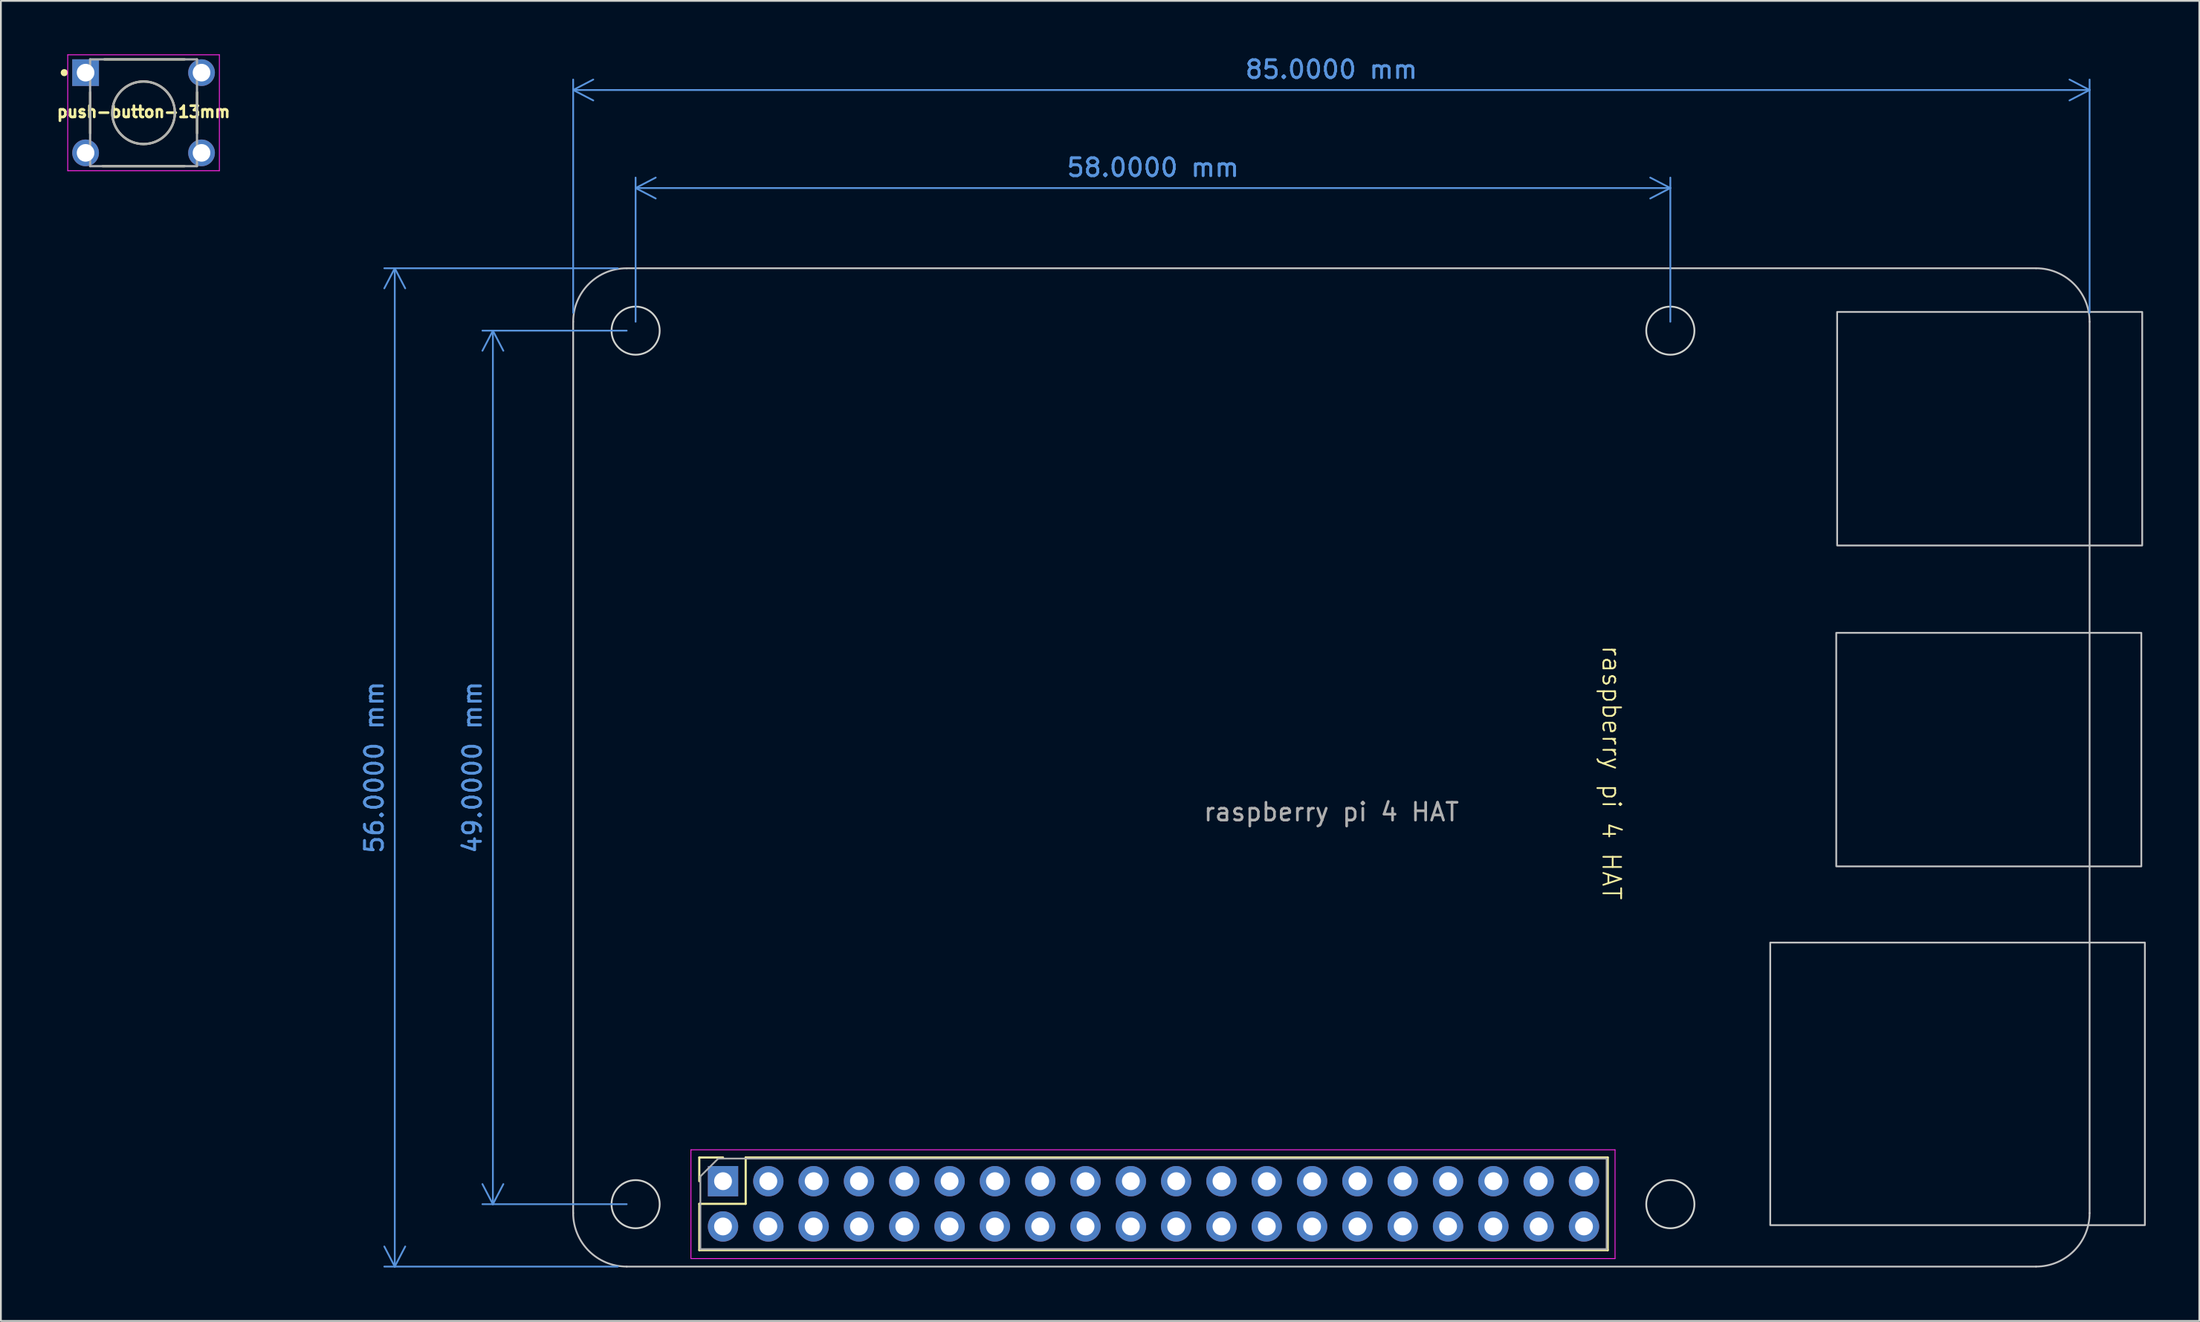
<source format=kicad_pcb>
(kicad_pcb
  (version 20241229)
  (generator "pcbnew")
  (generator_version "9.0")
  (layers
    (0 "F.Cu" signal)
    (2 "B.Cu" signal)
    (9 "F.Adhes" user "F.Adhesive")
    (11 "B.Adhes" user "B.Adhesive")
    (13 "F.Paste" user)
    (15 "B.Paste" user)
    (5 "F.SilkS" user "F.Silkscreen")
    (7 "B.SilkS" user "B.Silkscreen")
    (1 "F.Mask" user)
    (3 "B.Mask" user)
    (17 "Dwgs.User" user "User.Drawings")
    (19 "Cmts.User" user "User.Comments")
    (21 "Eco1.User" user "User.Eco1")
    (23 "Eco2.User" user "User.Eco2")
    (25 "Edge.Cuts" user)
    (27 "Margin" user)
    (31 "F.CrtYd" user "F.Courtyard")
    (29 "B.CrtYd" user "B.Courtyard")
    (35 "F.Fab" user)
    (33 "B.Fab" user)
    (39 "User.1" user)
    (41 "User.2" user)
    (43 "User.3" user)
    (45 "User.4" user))
  (footprint "raspberry pi 4 HAT"
    (layer "F.Cu")
    (at 71.578 39.998)
    (property "Reference" "raspberry pi 4 HAT" (at 15.7 0.3 270) (unlocked yes) (layer "F.SilkS") (effects (font (size 1 1) (thickness 0.1))))
    (attr through_hole)
    (fp_line (start -35.43 21.88) (end -34.1 21.88) (stroke (width 0.12) (type solid)) (layer "F.SilkS"))
    (fp_line (start -35.43 23.21) (end -35.43 21.88) (stroke (width 0.12) (type solid)) (layer "F.SilkS"))
    (fp_line (start -35.43 24.48) (end -32.83 24.48) (stroke (width 0.12) (type solid)) (layer "F.SilkS"))
    (fp_line (start -35.43 27.08) (end -35.43 24.48) (stroke (width 0.12) (type solid)) (layer "F.SilkS"))
    (fp_line (start -35.43 27.08) (end 15.49 27.08) (stroke (width 0.12) (type solid)) (layer "F.SilkS"))
    (fp_line (start -32.83 21.88) (end 15.49 21.88) (stroke (width 0.12) (type solid)) (layer "F.SilkS"))
    (fp_line (start -32.83 24.48) (end -32.83 21.88) (stroke (width 0.12) (type solid)) (layer "F.SilkS"))
    (fp_line (start 15.49 27.08) (end 15.49 21.88) (stroke (width 0.12) (type solid)) (layer "F.SilkS"))
    (fp_line (start -42.5 -25) (end -42.5 25) (stroke (width 0.1) (type default)) (layer "Dwgs.User"))
    (fp_line (start -39.5 -28) (end 39.5 -28) (stroke (width 0.1) (type default)) (layer "Dwgs.User"))
    (fp_line (start -39.5 28) (end 39.5 28) (stroke (width 0.1) (type default)) (layer "Dwgs.User"))
    (fp_line (start 42.5 -25) (end 42.5 25) (stroke (width 0.1) (type default)) (layer "Dwgs.User"))
    (fp_rect (start 24.6 25.675) (end 45.6 9.825) (stroke (width 0.1) (type default)) (fill no) (layer "Dwgs.User"))
    (fp_rect (start 28.3 5.55) (end 45.4 -7.55) (stroke (width 0.1) (type default)) (fill no) (layer "Dwgs.User"))
    (fp_rect (start 28.35 -12.45) (end 45.45 -25.55) (stroke (width 0.1) (type default)) (fill no) (layer "Dwgs.User"))
    (fp_arc (start -42.5 -25) (mid -41.62132 -27.12132) (end -39.5 -28) (stroke (width 0.1) (type default)) (layer "Dwgs.User"))
    (fp_arc (start -39.5 28) (mid -41.62132 27.12132) (end -42.5 25) (stroke (width 0.1) (type default)) (layer "Dwgs.User"))
    (fp_arc (start 39.5 -28) (mid 41.62132 -27.12132) (end 42.5 -25) (stroke (width 0.1) (type default)) (layer "Dwgs.User"))
    (fp_arc (start 42.5 25) (mid 41.62132 27.12132) (end 39.5 28) (stroke (width 0.1) (type default)) (layer "Dwgs.User"))
    (fp_circle (center -39 -24.5) (end -37.65 -24.5) (stroke (width 0.1) (type default)) (fill no) (layer "Edge.Cuts"))
    (fp_circle (center -39 24.5) (end -37.65 24.5) (stroke (width 0.1) (type default)) (fill no) (layer "Edge.Cuts"))
    (fp_circle (center 19 -24.5) (end 20.35 -24.5) (stroke (width 0.1) (type default)) (fill no) (layer "Edge.Cuts"))
    (fp_circle (center 19 24.5) (end 20.35 24.5) (stroke (width 0.1) (type default)) (fill no) (layer "Edge.Cuts"))
    (fp_line (start -35.9 21.45) (end 15.9 21.45) (stroke (width 0.05) (type solid)) (layer "F.CrtYd"))
    (fp_line (start -35.9 27.55) (end -35.9 21.45) (stroke (width 0.05) (type solid)) (layer "F.CrtYd"))
    (fp_line (start 15.9 21.45) (end 15.9 27.55) (stroke (width 0.05) (type solid)) (layer "F.CrtYd"))
    (fp_line (start 15.9 27.55) (end -35.9 27.55) (stroke (width 0.05) (type solid)) (layer "F.CrtYd"))
    (fp_line (start -35.37 22.94) (end -34.37 21.94) (stroke (width 0.1) (type solid)) (layer "F.Fab"))
    (fp_line (start -35.37 27.02) (end -35.37 22.94) (stroke (width 0.1) (type solid)) (layer "F.Fab"))
    (fp_line (start -34.37 21.94) (end 15.43 21.94) (stroke (width 0.1) (type solid)) (layer "F.Fab"))
    (fp_line (start 15.43 21.94) (end 15.43 27.02) (stroke (width 0.1) (type solid)) (layer "F.Fab"))
    (fp_line (start 15.43 27.02) (end -35.37 27.02) (stroke (width 0.1) (type solid)) (layer "F.Fab"))
    (fp_text user "${REFERENCE}" (at 0 2.5 0) (unlocked yes) (layer "F.Fab") (effects (font (size 1 1) (thickness 0.15))))
    (dimension (type aligned) (layer "Cmts.User") (pts (xy 32.078 11.998) (xy 32.078 67.998)) (height 13) (format (prefix "") (suffix "") (units 3) (units_format 1) (precision 4)) (style (thickness 0.1) (arrow_length 1.27) (text_position_mode 0) (arrow_direction outward) (extension_height 0.586) (extension_offset 0.5) (keep_text_aligned yes)) (gr_text "56.0000 mm" (at 17.928 39.998 90) (layer "Cmts.User") (effects (font (size 1 1) (thickness 0.15)))))
    (dimension (type aligned) (layer "Cmts.User") (pts (xy 32.578 15.498) (xy 90.578 15.498)) (height -8) (format (prefix "") (suffix "") (units 3) (units_format 1) (precision 4)) (style (thickness 0.1) (arrow_length 1.27) (text_position_mode 0) (arrow_direction outward) (extension_height 0.586) (extension_offset 0.5) (keep_text_aligned yes)) (gr_text "58.0000 mm" (at 61.578 6.348 0) (layer "Cmts.User") (effects (font (size 1 1) (thickness 0.15)))))
    (dimension (type aligned) (layer "Cmts.User") (pts (xy 32.578 15.498) (xy 32.578 64.498)) (height 8) (format (prefix "") (suffix "") (units 3) (units_format 1) (precision 4)) (style (thickness 0.1) (arrow_length 1.27) (text_position_mode 0) (arrow_direction outward) (extension_height 0.586) (extension_offset 0.5) (keep_text_aligned yes)) (gr_text "49.0000 mm" (at 23.428 39.998 90) (layer "Cmts.User") (effects (font (size 1 1) (thickness 0.15)))))
    (dimension (type aligned) (layer "Cmts.User") (pts (xy 29.078 14.998) (xy 114.078 14.998)) (height -13) (format (prefix "") (suffix "") (units 3) (units_format 1) (precision 4)) (style (thickness 0.1) (arrow_length 1.27) (text_position_mode 0) (arrow_direction outward) (extension_height 0.586) (extension_offset 0.5) (keep_text_aligned yes)) (gr_text "85.0000 mm" (at 71.578 0.848 0) (layer "Cmts.User") (effects (font (size 1 1) (thickness 0.15)))))
    (pad "1" thru_hole rect (at -34.1 23.21 90) (size 1.7 1.7) (drill 1) (layers "*.Cu" "*.Mask"))
    (pad "2" thru_hole oval (at -34.1 25.75 90) (size 1.7 1.7) (drill 1) (layers "*.Cu" "*.Mask"))
    (pad "3" thru_hole oval (at -31.56 23.21 90) (size 1.7 1.7) (drill 1) (layers "*.Cu" "*.Mask"))
    (pad "4" thru_hole oval (at -31.56 25.75 90) (size 1.7 1.7) (drill 1) (layers "*.Cu" "*.Mask"))
    (pad "5" thru_hole oval (at -29.02 23.21 90) (size 1.7 1.7) (drill 1) (layers "*.Cu" "*.Mask"))
    (pad "6" thru_hole oval (at -29.02 25.75 90) (size 1.7 1.7) (drill 1) (layers "*.Cu" "*.Mask"))
    (pad "7" thru_hole oval (at -26.48 23.21 90) (size 1.7 1.7) (drill 1) (layers "*.Cu" "*.Mask"))
    (pad "8" thru_hole oval (at -26.48 25.75 90) (size 1.7 1.7) (drill 1) (layers "*.Cu" "*.Mask"))
    (pad "9" thru_hole oval (at -23.94 23.21 90) (size 1.7 1.7) (drill 1) (layers "*.Cu" "*.Mask"))
    (pad "10" thru_hole oval (at -23.94 25.75 90) (size 1.7 1.7) (drill 1) (layers "*.Cu" "*.Mask"))
    (pad "11" thru_hole oval (at -21.4 23.21 90) (size 1.7 1.7) (drill 1) (layers "*.Cu" "*.Mask"))
    (pad "12" thru_hole oval (at -21.4 25.75 90) (size 1.7 1.7) (drill 1) (layers "*.Cu" "*.Mask"))
    (pad "13" thru_hole oval (at -18.86 23.21 90) (size 1.7 1.7) (drill 1) (layers "*.Cu" "*.Mask"))
    (pad "14" thru_hole oval (at -18.86 25.75 90) (size 1.7 1.7) (drill 1) (layers "*.Cu" "*.Mask"))
    (pad "15" thru_hole oval (at -16.32 23.21 90) (size 1.7 1.7) (drill 1) (layers "*.Cu" "*.Mask"))
    (pad "16" thru_hole oval (at -16.32 25.75 90) (size 1.7 1.7) (drill 1) (layers "*.Cu" "*.Mask"))
    (pad "17" thru_hole oval (at -13.78 23.21 90) (size 1.7 1.7) (drill 1) (layers "*.Cu" "*.Mask"))
    (pad "18" thru_hole oval (at -13.78 25.75 90) (size 1.7 1.7) (drill 1) (layers "*.Cu" "*.Mask"))
    (pad "19" thru_hole oval (at -11.24 23.21 90) (size 1.7 1.7) (drill 1) (layers "*.Cu" "*.Mask"))
    (pad "20" thru_hole oval (at -11.24 25.75 90) (size 1.7 1.7) (drill 1) (layers "*.Cu" "*.Mask"))
    (pad "21" thru_hole oval (at -8.7 23.21 90) (size 1.7 1.7) (drill 1) (layers "*.Cu" "*.Mask"))
    (pad "22" thru_hole oval (at -8.7 25.75 90) (size 1.7 1.7) (drill 1) (layers "*.Cu" "*.Mask"))
    (pad "23" thru_hole oval (at -6.16 23.21 90) (size 1.7 1.7) (drill 1) (layers "*.Cu" "*.Mask"))
    (pad "24" thru_hole oval (at -6.16 25.75 90) (size 1.7 1.7) (drill 1) (layers "*.Cu" "*.Mask"))
    (pad "25" thru_hole oval (at -3.62 23.21 90) (size 1.7 1.7) (drill 1) (layers "*.Cu" "*.Mask"))
    (pad "26" thru_hole oval (at -3.62 25.75 90) (size 1.7 1.7) (drill 1) (layers "*.Cu" "*.Mask"))
    (pad "27" thru_hole oval (at -1.08 23.21 90) (size 1.7 1.7) (drill 1) (layers "*.Cu" "*.Mask"))
    (pad "28" thru_hole oval (at -1.08 25.75 90) (size 1.7 1.7) (drill 1) (layers "*.Cu" "*.Mask"))
    (pad "29" thru_hole oval (at 1.46 23.21 90) (size 1.7 1.7) (drill 1) (layers "*.Cu" "*.Mask"))
    (pad "30" thru_hole oval (at 1.46 25.75 90) (size 1.7 1.7) (drill 1) (layers "*.Cu" "*.Mask"))
    (pad "31" thru_hole oval (at 4 23.21 90) (size 1.7 1.7) (drill 1) (layers "*.Cu" "*.Mask"))
    (pad "32" thru_hole oval (at 4 25.75 90) (size 1.7 1.7) (drill 1) (layers "*.Cu" "*.Mask"))
    (pad "33" thru_hole oval (at 6.54 23.21 90) (size 1.7 1.7) (drill 1) (layers "*.Cu" "*.Mask"))
    (pad "34" thru_hole oval (at 6.54 25.75 90) (size 1.7 1.7) (drill 1) (layers "*.Cu" "*.Mask"))
    (pad "35" thru_hole oval (at 9.08 23.21 90) (size 1.7 1.7) (drill 1) (layers "*.Cu" "*.Mask"))
    (pad "36" thru_hole oval (at 9.08 25.75 90) (size 1.7 1.7) (drill 1) (layers "*.Cu" "*.Mask"))
    (pad "37" thru_hole oval (at 11.62 23.21 90) (size 1.7 1.7) (drill 1) (layers "*.Cu" "*.Mask"))
    (pad "38" thru_hole oval (at 11.62 25.75 90) (size 1.7 1.7) (drill 1) (layers "*.Cu" "*.Mask"))
    (pad "39" thru_hole oval (at 14.16 23.21 90) (size 1.7 1.7) (drill 1) (layers "*.Cu" "*.Mask"))
    (pad "40" thru_hole oval (at 14.16 25.75 90) (size 1.7 1.7) (drill 1) (layers "*.Cu" "*.Mask")))
  (footprint "push-button-13mm"
    (layer "F.Cu")
    (at 4.997 3.275)
    (property "Reference" "push-button-13mm" (at 0 -0.05 180) (layer "F.SilkS") (effects (font (size 0.631 0.631) (thickness 0.15))))
    (attr through_hole)
    (fp_line (start -2.995 -1.15) (end -2.995 1.15) (stroke (width 0.127) (type solid)) (layer "F.SilkS"))
    (fp_line (start -2.2 -2.995) (end 2.3 -2.995) (stroke (width 0.127) (type solid)) (layer "F.SilkS"))
    (fp_line (start 2.3 2.995) (end -2.3 2.995) (stroke (width 0.127) (type solid)) (layer "F.SilkS"))
    (fp_line (start 3 -1.15) (end 3 1.15) (stroke (width 0.127) (type solid)) (layer "F.SilkS"))
    (fp_circle (center -4.445 -2.25) (end -4.345 -2.25) (stroke (width 0.2) (type solid)) (fill no) (layer "F.SilkS"))
    (fp_circle (center 0 0) (end 1.755 0) (stroke (width 0.127) (type solid)) (fill no) (layer "F.SilkS"))
    (fp_line (start -4.25 -3.25) (end -4.25 3.25) (stroke (width 0.05) (type solid)) (layer "F.CrtYd"))
    (fp_line (start -4.25 3.25) (end 4.25 3.25) (stroke (width 0.05) (type solid)) (layer "F.CrtYd"))
    (fp_line (start 4.25 -3.25) (end -4.25 -3.25) (stroke (width 0.05) (type solid)) (layer "F.CrtYd"))
    (fp_line (start 4.25 3.25) (end 4.25 -3.25) (stroke (width 0.05) (type solid)) (layer "F.CrtYd"))
    (fp_line (start -2.995 -2.995) (end -2.995 2.995) (stroke (width 0.127) (type solid)) (layer "F.Fab"))
    (fp_line (start -2.995 2.995) (end 2.995 2.995) (stroke (width 0.127) (type solid)) (layer "F.Fab"))
    (fp_line (start 2.995 -2.995) (end -2.995 -2.995) (stroke (width 0.127) (type solid)) (layer "F.Fab"))
    (fp_line (start 2.995 2.995) (end 2.995 -2.995) (stroke (width 0.127) (type solid)) (layer "F.Fab"))
    (fp_circle (center 0 0) (end 1.755 0) (stroke (width 0.127) (type solid)) (fill no) (layer "F.Fab"))
    (pad "1" thru_hole rect (at -3.25 -2.25) (size 1.498 1.498) (drill 0.99) (layers "*.Cu" "*.Mask"))
    (pad "1" thru_hole circle (at 3.25 -2.25) (size 1.498 1.498) (drill 0.99) (layers "*.Cu" "*.Mask"))
    (pad "2" thru_hole circle (at -3.25 2.25) (size 1.498 1.498) (drill 0.99) (layers "*.Cu" "*.Mask"))
    (pad "2" thru_hole circle (at 3.25 2.25) (size 1.498 1.498) (drill 0.99) (layers "*.Cu" "*.Mask")))
  (gr_rect
    (start -3 -3)
    (end 120.228 71.048)
    (stroke (width 0.1) (type default))
    (fill no)
    (layer "Edge.Cuts")))
</source>
